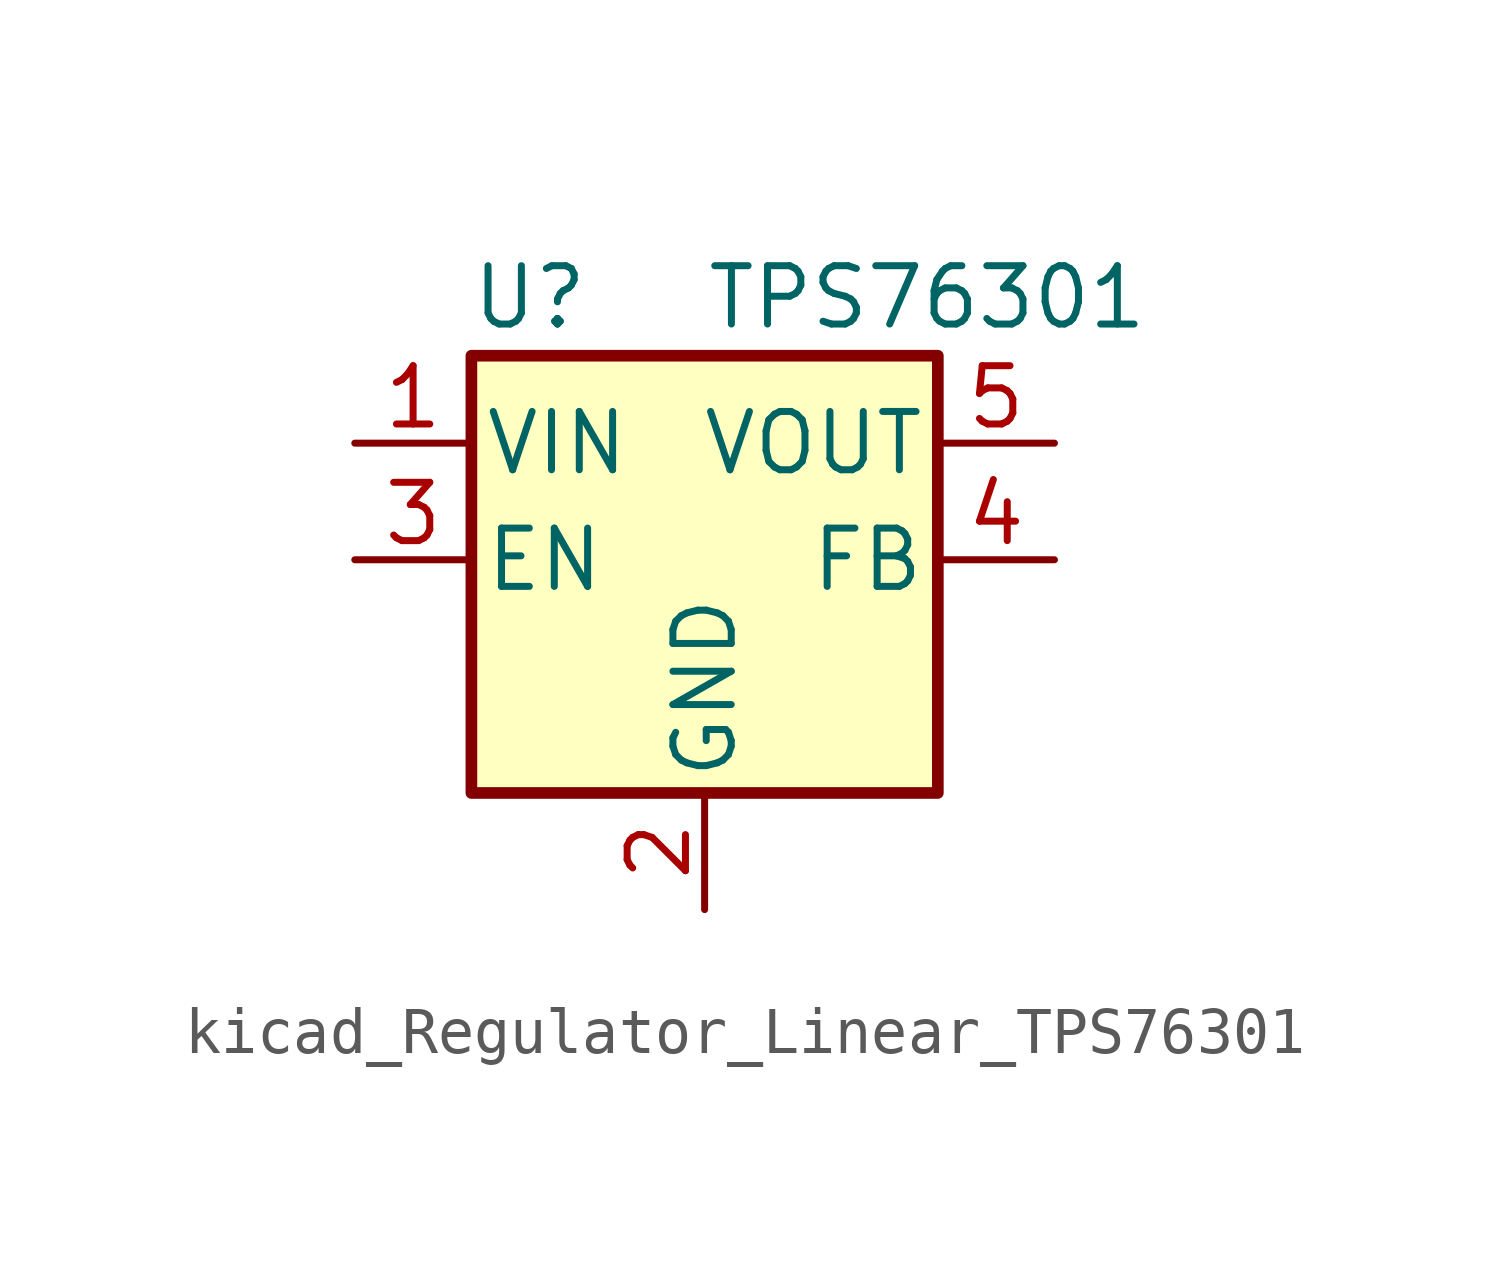
<source format=kicad_sym>
(kicad_symbol_lib
  (version 20220914)
  (generator kicad_symbol_editor)
  (symbol "kicad_Regulator_Linear_TPS76301"
    (pin_names
      (offset 0.254))
    (property "Reference" "U"
      (at -3.81 5.715 0)
      (effects (font (size 1.27 1.27))))
    (property "Value" "TPS76301"
      (at 0 5.715 0)
      (effects (font (size 1.27 1.27)) (justify left)))
    (symbol "kicad_Regulator_Linear_TPS76301_0_1"
      (rectangle (start -5.08 4.445) (end 5.08 -5.08) (stroke (width 0.254) (type default)) (fill (type background))))
    (symbol "kicad_Regulator_Linear_TPS76301_1_1"
      (pin power_in line (at -7.62 2.54 0) (length 2.54) (name "VIN" (effects (font (size 1.27 1.27)))) (number "1" (effects (font (size 1.27 1.27)))))
      (pin power_in line (at 0 -7.62 90) (length 2.54) (name "GND" (effects (font (size 1.27 1.27)))) (number "2" (effects (font (size 1.27 1.27)))))
      (pin input line (at -7.62 0 0) (length 2.54) (name "EN" (effects (font (size 1.27 1.27)))) (number "3" (effects (font (size 1.27 1.27)))))
      (pin input line (at 7.62 0 180) (length 2.54) (name "FB" (effects (font (size 1.27 1.27)))) (number "4" (effects (font (size 1.27 1.27)))))
      (pin power_out line (at 7.62 2.54 180) (length 2.54) (name "VOUT" (effects (font (size 1.27 1.27)))) (number "5" (effects (font (size 1.27 1.27))))))))
</source>
